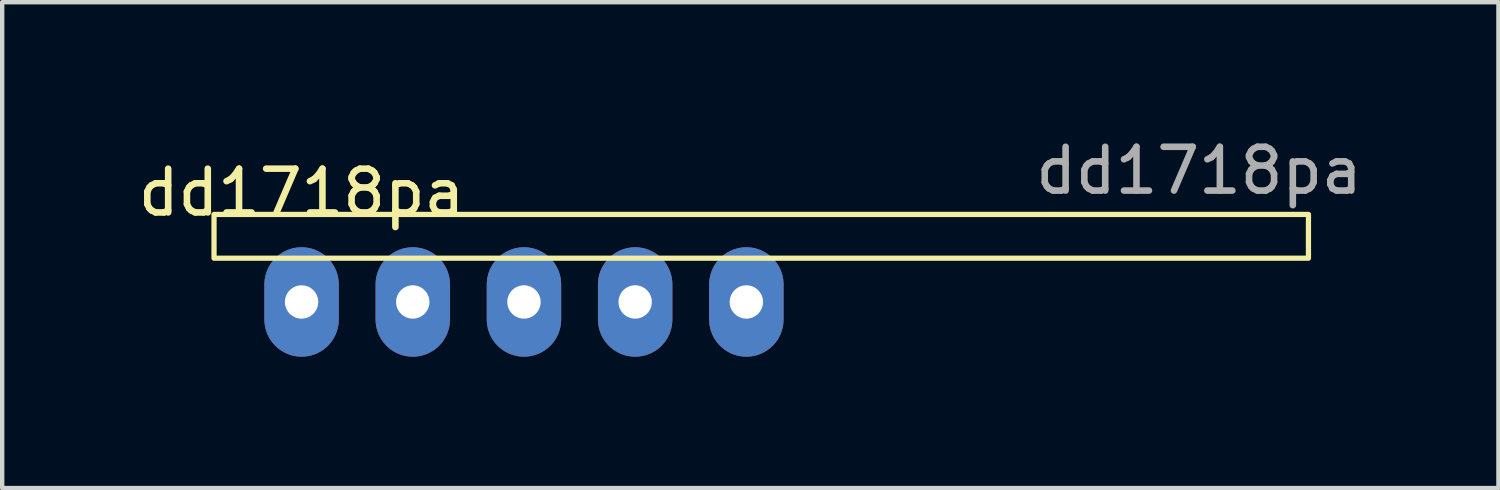
<source format=kicad_pcb>
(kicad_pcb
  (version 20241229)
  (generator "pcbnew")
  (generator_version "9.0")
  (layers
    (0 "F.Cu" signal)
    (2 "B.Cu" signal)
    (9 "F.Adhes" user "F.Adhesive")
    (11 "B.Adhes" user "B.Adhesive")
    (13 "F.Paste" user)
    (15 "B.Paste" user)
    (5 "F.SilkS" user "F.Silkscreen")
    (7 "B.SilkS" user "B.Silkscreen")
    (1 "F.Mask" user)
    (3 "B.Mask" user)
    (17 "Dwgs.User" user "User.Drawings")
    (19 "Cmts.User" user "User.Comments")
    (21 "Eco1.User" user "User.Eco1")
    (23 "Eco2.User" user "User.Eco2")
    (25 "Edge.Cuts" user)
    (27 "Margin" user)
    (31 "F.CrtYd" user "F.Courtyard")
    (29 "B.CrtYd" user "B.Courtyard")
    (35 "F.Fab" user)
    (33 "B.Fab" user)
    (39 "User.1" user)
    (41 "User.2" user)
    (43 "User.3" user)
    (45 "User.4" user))
  (footprint "dd1718pa"
    (layer "F.Cu")
    (at 3.839 3.848)
    (property "Reference" "dd1718pa" (at 0 -2.5 0) (unlocked yes) (layer "F.SilkS") (effects (font (size 1 1) (thickness 0.15))))
    (attr through_hole)
    (fp_rect (start -2 -2) (end 23 -1) (stroke (width 0.12) (type solid)) (fill no) (layer "F.SilkS"))
    (fp_text user "${REFERENCE}" (at 20.5 -3 0) (unlocked yes) (layer "F.Fab") (effects (font (size 1 1) (thickness 0.15))))
    (pad "1" thru_hole oval (at 0 0 90) (size 2.5 1.7) (drill 0.762) (layers "*.Cu" "*.Mask"))
    (pad "2" thru_hole oval (at 2.54 0 90) (size 2.5 1.7) (drill 0.762) (layers "*.Cu" "*.Mask"))
    (pad "3" thru_hole oval (at 5.08 0 90) (size 2.5 1.7) (drill 0.762) (layers "*.Cu" "*.Mask"))
    (pad "4" thru_hole oval (at 7.62 0 90) (size 2.5 1.7) (drill 0.762) (layers "*.Cu" "*.Mask"))
    (pad "5" thru_hole oval (at 10.16 0 90) (size 2.5 1.7) (drill 0.762) (layers "*.Cu" "*.Mask")))
  (gr_rect
    (start -3 -3)
    (end 31.179 8.098)
    (stroke (width 0.1) (type default))
    (fill no)
    (layer "Edge.Cuts")))
</source>
